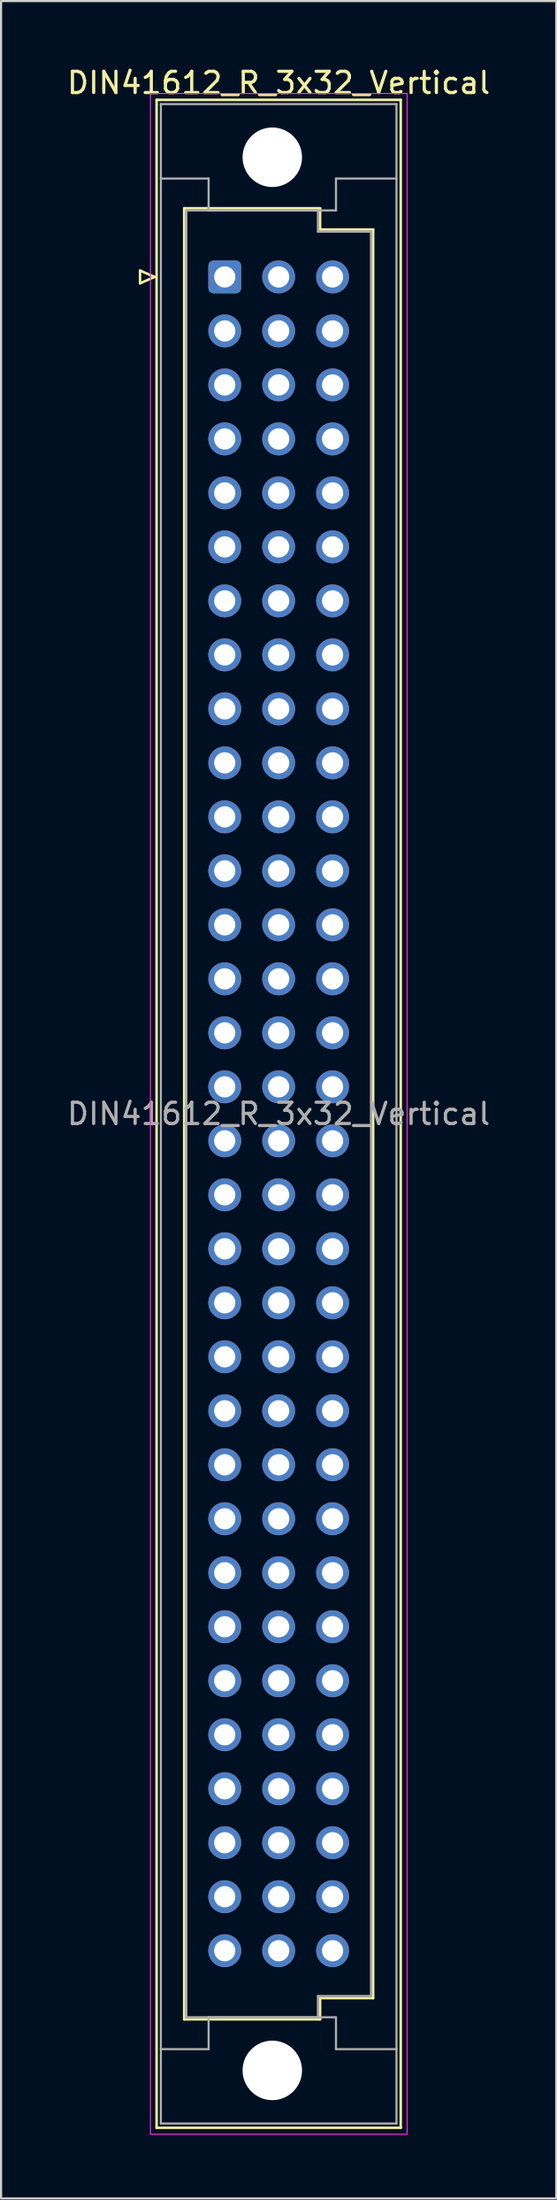
<source format=kicad_pcb>
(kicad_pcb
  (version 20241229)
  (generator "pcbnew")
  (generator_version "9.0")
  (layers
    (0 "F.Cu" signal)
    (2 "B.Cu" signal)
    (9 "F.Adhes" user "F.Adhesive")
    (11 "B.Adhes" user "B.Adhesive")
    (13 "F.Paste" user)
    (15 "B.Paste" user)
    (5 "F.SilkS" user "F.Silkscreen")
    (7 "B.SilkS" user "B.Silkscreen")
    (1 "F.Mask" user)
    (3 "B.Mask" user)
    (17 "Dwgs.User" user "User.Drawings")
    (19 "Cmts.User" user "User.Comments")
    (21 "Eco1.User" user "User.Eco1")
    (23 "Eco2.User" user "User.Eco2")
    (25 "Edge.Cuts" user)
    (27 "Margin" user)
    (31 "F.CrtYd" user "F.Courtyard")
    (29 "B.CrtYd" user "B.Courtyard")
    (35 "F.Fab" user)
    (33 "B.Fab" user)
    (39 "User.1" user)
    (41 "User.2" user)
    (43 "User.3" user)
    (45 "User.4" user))
  (footprint "DIN41612_R_3x32_Vertical"
    (layer "F.Cu")
    (at 7.537 9.978)
    (property "Reference" "DIN41612_R_3x32_Vertical" (at 2.54 -9.13 0) (layer "F.SilkS") (effects (font (size 1 1) (thickness 0.15))))
    (attr through_hole)
    (fp_line (start -3.99 -0.3) (end -3.99 0.3) (stroke (width 0.12) (type solid)) (layer "F.SilkS"))
    (fp_line (start -3.99 0.3) (end -3.31 0) (stroke (width 0.12) (type solid)) (layer "F.SilkS"))
    (fp_line (start -3.31 0) (end -3.99 -0.3) (stroke (width 0.12) (type solid)) (layer "F.SilkS"))
    (fp_line (start -3.21 -8.33) (end 8.29 -8.33) (stroke (width 0.12) (type solid)) (layer "F.SilkS"))
    (fp_line (start -3.21 87.07) (end -3.21 -8.33) (stroke (width 0.12) (type solid)) (layer "F.SilkS"))
    (fp_line (start -1.91 -3.23) (end 4.49 -3.23) (stroke (width 0.12) (type solid)) (layer "F.SilkS"))
    (fp_line (start -1.91 81.97) (end -1.91 -3.23) (stroke (width 0.12) (type solid)) (layer "F.SilkS"))
    (fp_line (start 4.49 -3.23) (end 4.49 -2.23) (stroke (width 0.12) (type solid)) (layer "F.SilkS"))
    (fp_line (start 4.49 -2.23) (end 6.99 -2.23) (stroke (width 0.12) (type solid)) (layer "F.SilkS"))
    (fp_line (start 4.49 80.97) (end 4.49 81.97) (stroke (width 0.12) (type solid)) (layer "F.SilkS"))
    (fp_line (start 4.49 81.97) (end -1.91 81.97) (stroke (width 0.12) (type solid)) (layer "F.SilkS"))
    (fp_line (start 6.99 -2.23) (end 6.99 80.97) (stroke (width 0.12) (type solid)) (layer "F.SilkS"))
    (fp_line (start 6.99 80.97) (end 4.49 80.97) (stroke (width 0.12) (type solid)) (layer "F.SilkS"))
    (fp_line (start 8.29 -8.33) (end 8.29 87.07) (stroke (width 0.12) (type solid)) (layer "F.SilkS"))
    (fp_line (start 8.29 87.07) (end -3.21 87.07) (stroke (width 0.12) (type solid)) (layer "F.SilkS"))
    (fp_line (start -3.5 -8.63) (end 8.59 -8.63) (stroke (width 0.05) (type solid)) (layer "F.CrtYd"))
    (fp_line (start -3.5 87.37) (end -3.5 -8.63) (stroke (width 0.05) (type solid)) (layer "F.CrtYd"))
    (fp_line (start 8.59 -8.63) (end 8.59 87.37) (stroke (width 0.05) (type solid)) (layer "F.CrtYd"))
    (fp_line (start 8.59 87.37) (end -3.5 87.37) (stroke (width 0.05) (type solid)) (layer "F.CrtYd"))
    (fp_line (start -3.01 -8.13) (end 8.09 -8.13) (stroke (width 0.1) (type solid)) (layer "F.Fab"))
    (fp_line (start -3.01 -4.63) (end -0.76 -4.63) (stroke (width 0.1) (type solid)) (layer "F.Fab"))
    (fp_line (start -3.01 83.37) (end -0.76 83.37) (stroke (width 0.1) (type solid)) (layer "F.Fab"))
    (fp_line (start -3.01 86.87) (end -3.01 -8.13) (stroke (width 0.1) (type solid)) (layer "F.Fab"))
    (fp_line (start -1.81 -3.13) (end 4.39 -3.13) (stroke (width 0.1) (type solid)) (layer "F.Fab"))
    (fp_line (start -1.81 81.87) (end -1.81 -3.13) (stroke (width 0.1) (type solid)) (layer "F.Fab"))
    (fp_line (start -0.76 -4.63) (end -0.76 -3.13) (stroke (width 0.1) (type solid)) (layer "F.Fab"))
    (fp_line (start -0.76 -3.13) (end 5.24 -3.13) (stroke (width 0.1) (type solid)) (layer "F.Fab"))
    (fp_line (start -0.76 81.87) (end 5.24 81.87) (stroke (width 0.1) (type solid)) (layer "F.Fab"))
    (fp_line (start -0.76 83.37) (end -0.76 81.87) (stroke (width 0.1) (type solid)) (layer "F.Fab"))
    (fp_line (start 4.39 -3.13) (end 4.39 -2.13) (stroke (width 0.1) (type solid)) (layer "F.Fab"))
    (fp_line (start 4.39 -2.13) (end 6.89 -2.13) (stroke (width 0.1) (type solid)) (layer "F.Fab"))
    (fp_line (start 4.39 80.87) (end 4.39 81.87) (stroke (width 0.1) (type solid)) (layer "F.Fab"))
    (fp_line (start 4.39 81.87) (end -1.81 81.87) (stroke (width 0.1) (type solid)) (layer "F.Fab"))
    (fp_line (start 5.24 -4.63) (end 8.09 -4.63) (stroke (width 0.1) (type solid)) (layer "F.Fab"))
    (fp_line (start 5.24 -3.13) (end 5.24 -4.63) (stroke (width 0.1) (type solid)) (layer "F.Fab"))
    (fp_line (start 5.24 81.87) (end 5.24 83.37) (stroke (width 0.1) (type solid)) (layer "F.Fab"))
    (fp_line (start 5.24 83.37) (end 8.09 83.37) (stroke (width 0.1) (type solid)) (layer "F.Fab"))
    (fp_line (start 6.89 -2.13) (end 6.89 80.87) (stroke (width 0.1) (type solid)) (layer "F.Fab"))
    (fp_line (start 6.89 80.87) (end 4.39 80.87) (stroke (width 0.1) (type solid)) (layer "F.Fab"))
    (fp_line (start 8.09 -8.13) (end 8.09 86.87) (stroke (width 0.1) (type solid)) (layer "F.Fab"))
    (fp_line (start 8.09 86.87) (end -3.01 86.87) (stroke (width 0.1) (type solid)) (layer "F.Fab"))
    (fp_text user "${REFERENCE}" (at 2.54 39.37 0) (layer "F.Fab") (effects (font (size 1 1) (thickness 0.15))))
    (pad "" np_thru_hole circle (at 2.24 -5.63) (size 2.8 2.8) (drill 2.8) (layers "*.Cu" "*.Mask"))
    (pad "" np_thru_hole circle (at 2.24 84.37) (size 2.8 2.8) (drill 2.8) (layers "*.Cu" "*.Mask"))
    (pad "a1" thru_hole roundrect (at 0 0) (size 1.55 1.55) (drill 1) (layers "*.Cu" "*.Mask") (roundrect_rratio 0.161))
    (pad "a2" thru_hole circle (at 0 2.54) (size 1.55 1.55) (drill 1) (layers "*.Cu" "*.Mask"))
    (pad "a3" thru_hole circle (at 0 5.08) (size 1.55 1.55) (drill 1) (layers "*.Cu" "*.Mask"))
    (pad "a4" thru_hole circle (at 0 7.62) (size 1.55 1.55) (drill 1) (layers "*.Cu" "*.Mask"))
    (pad "a5" thru_hole circle (at 0 10.16) (size 1.55 1.55) (drill 1) (layers "*.Cu" "*.Mask"))
    (pad "a6" thru_hole circle (at 0 12.7) (size 1.55 1.55) (drill 1) (layers "*.Cu" "*.Mask"))
    (pad "a7" thru_hole circle (at 0 15.24) (size 1.55 1.55) (drill 1) (layers "*.Cu" "*.Mask"))
    (pad "a8" thru_hole circle (at 0 17.78) (size 1.55 1.55) (drill 1) (layers "*.Cu" "*.Mask"))
    (pad "a9" thru_hole circle (at 0 20.32) (size 1.55 1.55) (drill 1) (layers "*.Cu" "*.Mask"))
    (pad "a10" thru_hole circle (at 0 22.86) (size 1.55 1.55) (drill 1) (layers "*.Cu" "*.Mask"))
    (pad "a11" thru_hole circle (at 0 25.4) (size 1.55 1.55) (drill 1) (layers "*.Cu" "*.Mask"))
    (pad "a12" thru_hole circle (at 0 27.94) (size 1.55 1.55) (drill 1) (layers "*.Cu" "*.Mask"))
    (pad "a13" thru_hole circle (at 0 30.48) (size 1.55 1.55) (drill 1) (layers "*.Cu" "*.Mask"))
    (pad "a14" thru_hole circle (at 0 33.02) (size 1.55 1.55) (drill 1) (layers "*.Cu" "*.Mask"))
    (pad "a15" thru_hole circle (at 0 35.56) (size 1.55 1.55) (drill 1) (layers "*.Cu" "*.Mask"))
    (pad "a16" thru_hole circle (at 0 38.1) (size 1.55 1.55) (drill 1) (layers "*.Cu" "*.Mask"))
    (pad "a17" thru_hole circle (at 0 40.64) (size 1.55 1.55) (drill 1) (layers "*.Cu" "*.Mask"))
    (pad "a18" thru_hole circle (at 0 43.18) (size 1.55 1.55) (drill 1) (layers "*.Cu" "*.Mask"))
    (pad "a19" thru_hole circle (at 0 45.72) (size 1.55 1.55) (drill 1) (layers "*.Cu" "*.Mask"))
    (pad "a20" thru_hole circle (at 0 48.26) (size 1.55 1.55) (drill 1) (layers "*.Cu" "*.Mask"))
    (pad "a21" thru_hole circle (at 0 50.8) (size 1.55 1.55) (drill 1) (layers "*.Cu" "*.Mask"))
    (pad "a22" thru_hole circle (at 0 53.34) (size 1.55 1.55) (drill 1) (layers "*.Cu" "*.Mask"))
    (pad "a23" thru_hole circle (at 0 55.88) (size 1.55 1.55) (drill 1) (layers "*.Cu" "*.Mask"))
    (pad "a24" thru_hole circle (at 0 58.42) (size 1.55 1.55) (drill 1) (layers "*.Cu" "*.Mask"))
    (pad "a25" thru_hole circle (at 0 60.96) (size 1.55 1.55) (drill 1) (layers "*.Cu" "*.Mask"))
    (pad "a26" thru_hole circle (at 0 63.5) (size 1.55 1.55) (drill 1) (layers "*.Cu" "*.Mask"))
    (pad "a27" thru_hole circle (at 0 66.04) (size 1.55 1.55) (drill 1) (layers "*.Cu" "*.Mask"))
    (pad "a28" thru_hole circle (at 0 68.58) (size 1.55 1.55) (drill 1) (layers "*.Cu" "*.Mask"))
    (pad "a29" thru_hole circle (at 0 71.12) (size 1.55 1.55) (drill 1) (layers "*.Cu" "*.Mask"))
    (pad "a30" thru_hole circle (at 0 73.66) (size 1.55 1.55) (drill 1) (layers "*.Cu" "*.Mask"))
    (pad "a31" thru_hole circle (at 0 76.2) (size 1.55 1.55) (drill 1) (layers "*.Cu" "*.Mask"))
    (pad "a32" thru_hole circle (at 0 78.74) (size 1.55 1.55) (drill 1) (layers "*.Cu" "*.Mask"))
    (pad "b1" thru_hole circle (at 2.54 0) (size 1.55 1.55) (drill 1) (layers "*.Cu" "*.Mask"))
    (pad "b2" thru_hole circle (at 2.54 2.54) (size 1.55 1.55) (drill 1) (layers "*.Cu" "*.Mask"))
    (pad "b3" thru_hole circle (at 2.54 5.08) (size 1.55 1.55) (drill 1) (layers "*.Cu" "*.Mask"))
    (pad "b4" thru_hole circle (at 2.54 7.62) (size 1.55 1.55) (drill 1) (layers "*.Cu" "*.Mask"))
    (pad "b5" thru_hole circle (at 2.54 10.16) (size 1.55 1.55) (drill 1) (layers "*.Cu" "*.Mask"))
    (pad "b6" thru_hole circle (at 2.54 12.7) (size 1.55 1.55) (drill 1) (layers "*.Cu" "*.Mask"))
    (pad "b7" thru_hole circle (at 2.54 15.24) (size 1.55 1.55) (drill 1) (layers "*.Cu" "*.Mask"))
    (pad "b8" thru_hole circle (at 2.54 17.78) (size 1.55 1.55) (drill 1) (layers "*.Cu" "*.Mask"))
    (pad "b9" thru_hole circle (at 2.54 20.32) (size 1.55 1.55) (drill 1) (layers "*.Cu" "*.Mask"))
    (pad "b10" thru_hole circle (at 2.54 22.86) (size 1.55 1.55) (drill 1) (layers "*.Cu" "*.Mask"))
    (pad "b11" thru_hole circle (at 2.54 25.4) (size 1.55 1.55) (drill 1) (layers "*.Cu" "*.Mask"))
    (pad "b12" thru_hole circle (at 2.54 27.94) (size 1.55 1.55) (drill 1) (layers "*.Cu" "*.Mask"))
    (pad "b13" thru_hole circle (at 2.54 30.48) (size 1.55 1.55) (drill 1) (layers "*.Cu" "*.Mask"))
    (pad "b14" thru_hole circle (at 2.54 33.02) (size 1.55 1.55) (drill 1) (layers "*.Cu" "*.Mask"))
    (pad "b15" thru_hole circle (at 2.54 35.56) (size 1.55 1.55) (drill 1) (layers "*.Cu" "*.Mask"))
    (pad "b16" thru_hole circle (at 2.54 38.1) (size 1.55 1.55) (drill 1) (layers "*.Cu" "*.Mask"))
    (pad "b17" thru_hole circle (at 2.54 40.64) (size 1.55 1.55) (drill 1) (layers "*.Cu" "*.Mask"))
    (pad "b18" thru_hole circle (at 2.54 43.18) (size 1.55 1.55) (drill 1) (layers "*.Cu" "*.Mask"))
    (pad "b19" thru_hole circle (at 2.54 45.72) (size 1.55 1.55) (drill 1) (layers "*.Cu" "*.Mask"))
    (pad "b20" thru_hole circle (at 2.54 48.26) (size 1.55 1.55) (drill 1) (layers "*.Cu" "*.Mask"))
    (pad "b21" thru_hole circle (at 2.54 50.8) (size 1.55 1.55) (drill 1) (layers "*.Cu" "*.Mask"))
    (pad "b22" thru_hole circle (at 2.54 53.34) (size 1.55 1.55) (drill 1) (layers "*.Cu" "*.Mask"))
    (pad "b23" thru_hole circle (at 2.54 55.88) (size 1.55 1.55) (drill 1) (layers "*.Cu" "*.Mask"))
    (pad "b24" thru_hole circle (at 2.54 58.42) (size 1.55 1.55) (drill 1) (layers "*.Cu" "*.Mask"))
    (pad "b25" thru_hole circle (at 2.54 60.96) (size 1.55 1.55) (drill 1) (layers "*.Cu" "*.Mask"))
    (pad "b26" thru_hole circle (at 2.54 63.5) (size 1.55 1.55) (drill 1) (layers "*.Cu" "*.Mask"))
    (pad "b27" thru_hole circle (at 2.54 66.04) (size 1.55 1.55) (drill 1) (layers "*.Cu" "*.Mask"))
    (pad "b28" thru_hole circle (at 2.54 68.58) (size 1.55 1.55) (drill 1) (layers "*.Cu" "*.Mask"))
    (pad "b29" thru_hole circle (at 2.54 71.12) (size 1.55 1.55) (drill 1) (layers "*.Cu" "*.Mask"))
    (pad "b30" thru_hole circle (at 2.54 73.66) (size 1.55 1.55) (drill 1) (layers "*.Cu" "*.Mask"))
    (pad "b31" thru_hole circle (at 2.54 76.2) (size 1.55 1.55) (drill 1) (layers "*.Cu" "*.Mask"))
    (pad "b32" thru_hole circle (at 2.54 78.74) (size 1.55 1.55) (drill 1) (layers "*.Cu" "*.Mask"))
    (pad "c1" thru_hole circle (at 5.08 0) (size 1.55 1.55) (drill 1) (layers "*.Cu" "*.Mask"))
    (pad "c2" thru_hole circle (at 5.08 2.54) (size 1.55 1.55) (drill 1) (layers "*.Cu" "*.Mask"))
    (pad "c3" thru_hole circle (at 5.08 5.08) (size 1.55 1.55) (drill 1) (layers "*.Cu" "*.Mask"))
    (pad "c4" thru_hole circle (at 5.08 7.62) (size 1.55 1.55) (drill 1) (layers "*.Cu" "*.Mask"))
    (pad "c5" thru_hole circle (at 5.08 10.16) (size 1.55 1.55) (drill 1) (layers "*.Cu" "*.Mask"))
    (pad "c6" thru_hole circle (at 5.08 12.7) (size 1.55 1.55) (drill 1) (layers "*.Cu" "*.Mask"))
    (pad "c7" thru_hole circle (at 5.08 15.24) (size 1.55 1.55) (drill 1) (layers "*.Cu" "*.Mask"))
    (pad "c8" thru_hole circle (at 5.08 17.78) (size 1.55 1.55) (drill 1) (layers "*.Cu" "*.Mask"))
    (pad "c9" thru_hole circle (at 5.08 20.32) (size 1.55 1.55) (drill 1) (layers "*.Cu" "*.Mask"))
    (pad "c10" thru_hole circle (at 5.08 22.86) (size 1.55 1.55) (drill 1) (layers "*.Cu" "*.Mask"))
    (pad "c11" thru_hole circle (at 5.08 25.4) (size 1.55 1.55) (drill 1) (layers "*.Cu" "*.Mask"))
    (pad "c12" thru_hole circle (at 5.08 27.94) (size 1.55 1.55) (drill 1) (layers "*.Cu" "*.Mask"))
    (pad "c13" thru_hole circle (at 5.08 30.48) (size 1.55 1.55) (drill 1) (layers "*.Cu" "*.Mask"))
    (pad "c14" thru_hole circle (at 5.08 33.02) (size 1.55 1.55) (drill 1) (layers "*.Cu" "*.Mask"))
    (pad "c15" thru_hole circle (at 5.08 35.56) (size 1.55 1.55) (drill 1) (layers "*.Cu" "*.Mask"))
    (pad "c16" thru_hole circle (at 5.08 38.1) (size 1.55 1.55) (drill 1) (layers "*.Cu" "*.Mask"))
    (pad "c17" thru_hole circle (at 5.08 40.64) (size 1.55 1.55) (drill 1) (layers "*.Cu" "*.Mask"))
    (pad "c18" thru_hole circle (at 5.08 43.18) (size 1.55 1.55) (drill 1) (layers "*.Cu" "*.Mask"))
    (pad "c19" thru_hole circle (at 5.08 45.72) (size 1.55 1.55) (drill 1) (layers "*.Cu" "*.Mask"))
    (pad "c20" thru_hole circle (at 5.08 48.26) (size 1.55 1.55) (drill 1) (layers "*.Cu" "*.Mask"))
    (pad "c21" thru_hole circle (at 5.08 50.8) (size 1.55 1.55) (drill 1) (layers "*.Cu" "*.Mask"))
    (pad "c22" thru_hole circle (at 5.08 53.34) (size 1.55 1.55) (drill 1) (layers "*.Cu" "*.Mask"))
    (pad "c23" thru_hole circle (at 5.08 55.88) (size 1.55 1.55) (drill 1) (layers "*.Cu" "*.Mask"))
    (pad "c24" thru_hole circle (at 5.08 58.42) (size 1.55 1.55) (drill 1) (layers "*.Cu" "*.Mask"))
    (pad "c25" thru_hole circle (at 5.08 60.96) (size 1.55 1.55) (drill 1) (layers "*.Cu" "*.Mask"))
    (pad "c26" thru_hole circle (at 5.08 63.5) (size 1.55 1.55) (drill 1) (layers "*.Cu" "*.Mask"))
    (pad "c27" thru_hole circle (at 5.08 66.04) (size 1.55 1.55) (drill 1) (layers "*.Cu" "*.Mask"))
    (pad "c28" thru_hole circle (at 5.08 68.58) (size 1.55 1.55) (drill 1) (layers "*.Cu" "*.Mask"))
    (pad "c29" thru_hole circle (at 5.08 71.12) (size 1.55 1.55) (drill 1) (layers "*.Cu" "*.Mask"))
    (pad "c30" thru_hole circle (at 5.08 73.66) (size 1.55 1.55) (drill 1) (layers "*.Cu" "*.Mask"))
    (pad "c31" thru_hole circle (at 5.08 76.2) (size 1.55 1.55) (drill 1) (layers "*.Cu" "*.Mask"))
    (pad "c32" thru_hole circle (at 5.08 78.74) (size 1.55 1.55) (drill 1) (layers "*.Cu" "*.Mask")))
  (gr_rect
    (start -3 -3)
    (end 23.155 100.373)
    (stroke (width 0.1) (type default))
    (fill no)
    (layer "Edge.Cuts")))
</source>
